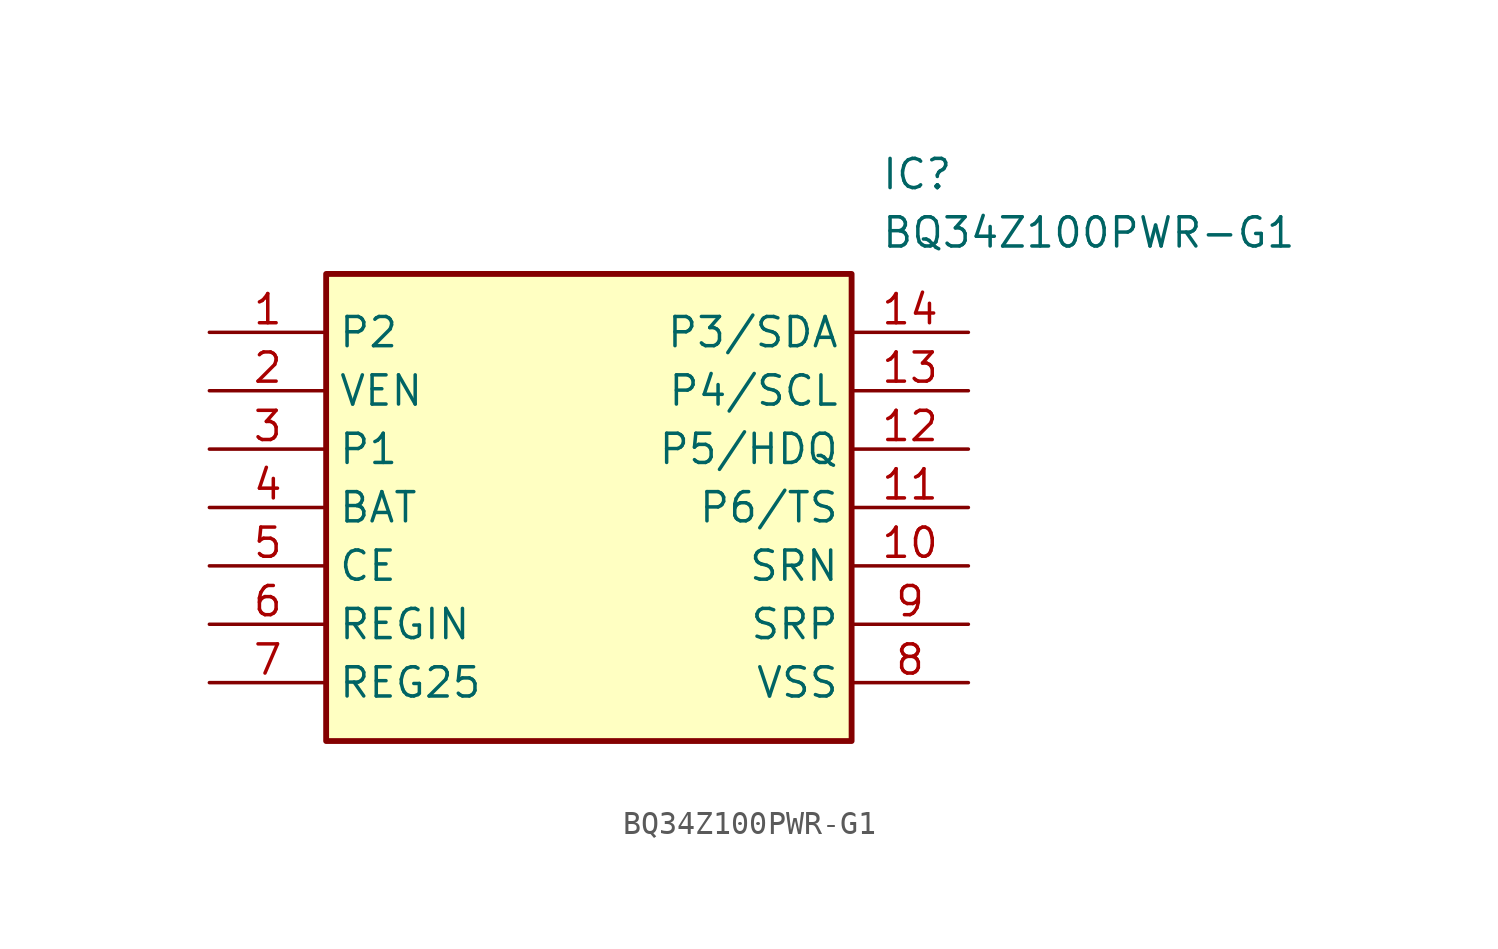
<source format=kicad_sym>
(kicad_symbol_lib
  (version 20211014)
  (generator SamacSys_ECAD_Model)
  (symbol "BQ34Z100PWR-G1"
    (property "Reference" "IC"
      (at 29.21 7.62 0)
      (effects (font (size 1.27 1.27)) (justify left top)))
    (property "Value" "BQ34Z100PWR-G1"
      (at 29.21 5.08 0)
      (effects (font (size 1.27 1.27)) (justify left top)))
    (rectangle
      (start 5.08 2.54)
      (end 27.94 -17.78)
      (stroke (width 0.254) (type default))
      (fill (type background)))
    (pin passive line
      (at 0 0 0)
      (length 5.08)
      (name "P2" (effects (font (size 1.27 1.27))))
      (number "1" (effects (font (size 1.27 1.27)))))
    (pin passive line
      (at 0 -2.54 0)
      (length 5.08)
      (name "VEN" (effects (font (size 1.27 1.27))))
      (number "2" (effects (font (size 1.27 1.27)))))
    (pin passive line
      (at 0 -5.08 0)
      (length 5.08)
      (name "P1" (effects (font (size 1.27 1.27))))
      (number "3" (effects (font (size 1.27 1.27)))))
    (pin passive line
      (at 0 -7.62 0)
      (length 5.08)
      (name "BAT" (effects (font (size 1.27 1.27))))
      (number "4" (effects (font (size 1.27 1.27)))))
    (pin passive line
      (at 0 -10.16 0)
      (length 5.08)
      (name "CE" (effects (font (size 1.27 1.27))))
      (number "5" (effects (font (size 1.27 1.27)))))
    (pin passive line
      (at 0 -12.7 0)
      (length 5.08)
      (name "REGIN" (effects (font (size 1.27 1.27))))
      (number "6" (effects (font (size 1.27 1.27)))))
    (pin passive line
      (at 0 -15.24 0)
      (length 5.08)
      (name "REG25" (effects (font (size 1.27 1.27))))
      (number "7" (effects (font (size 1.27 1.27)))))
    (pin passive line
      (at 33.02 0 180)
      (length 5.08)
      (name "P3/SDA" (effects (font (size 1.27 1.27))))
      (number "14" (effects (font (size 1.27 1.27)))))
    (pin passive line
      (at 33.02 -2.54 180)
      (length 5.08)
      (name "P4/SCL" (effects (font (size 1.27 1.27))))
      (number "13" (effects (font (size 1.27 1.27)))))
    (pin passive line
      (at 33.02 -5.08 180)
      (length 5.08)
      (name "P5/HDQ" (effects (font (size 1.27 1.27))))
      (number "12" (effects (font (size 1.27 1.27)))))
    (pin passive line
      (at 33.02 -7.62 180)
      (length 5.08)
      (name "P6/TS" (effects (font (size 1.27 1.27))))
      (number "11" (effects (font (size 1.27 1.27)))))
    (pin passive line
      (at 33.02 -10.16 180)
      (length 5.08)
      (name "SRN" (effects (font (size 1.27 1.27))))
      (number "10" (effects (font (size 1.27 1.27)))))
    (pin passive line
      (at 33.02 -12.7 180)
      (length 5.08)
      (name "SRP" (effects (font (size 1.27 1.27))))
      (number "9" (effects (font (size 1.27 1.27)))))
    (pin passive line
      (at 33.02 -15.24 180)
      (length 5.08)
      (name "VSS" (effects (font (size 1.27 1.27))))
      (number "8" (effects (font (size 1.27 1.27)))))))
</source>
